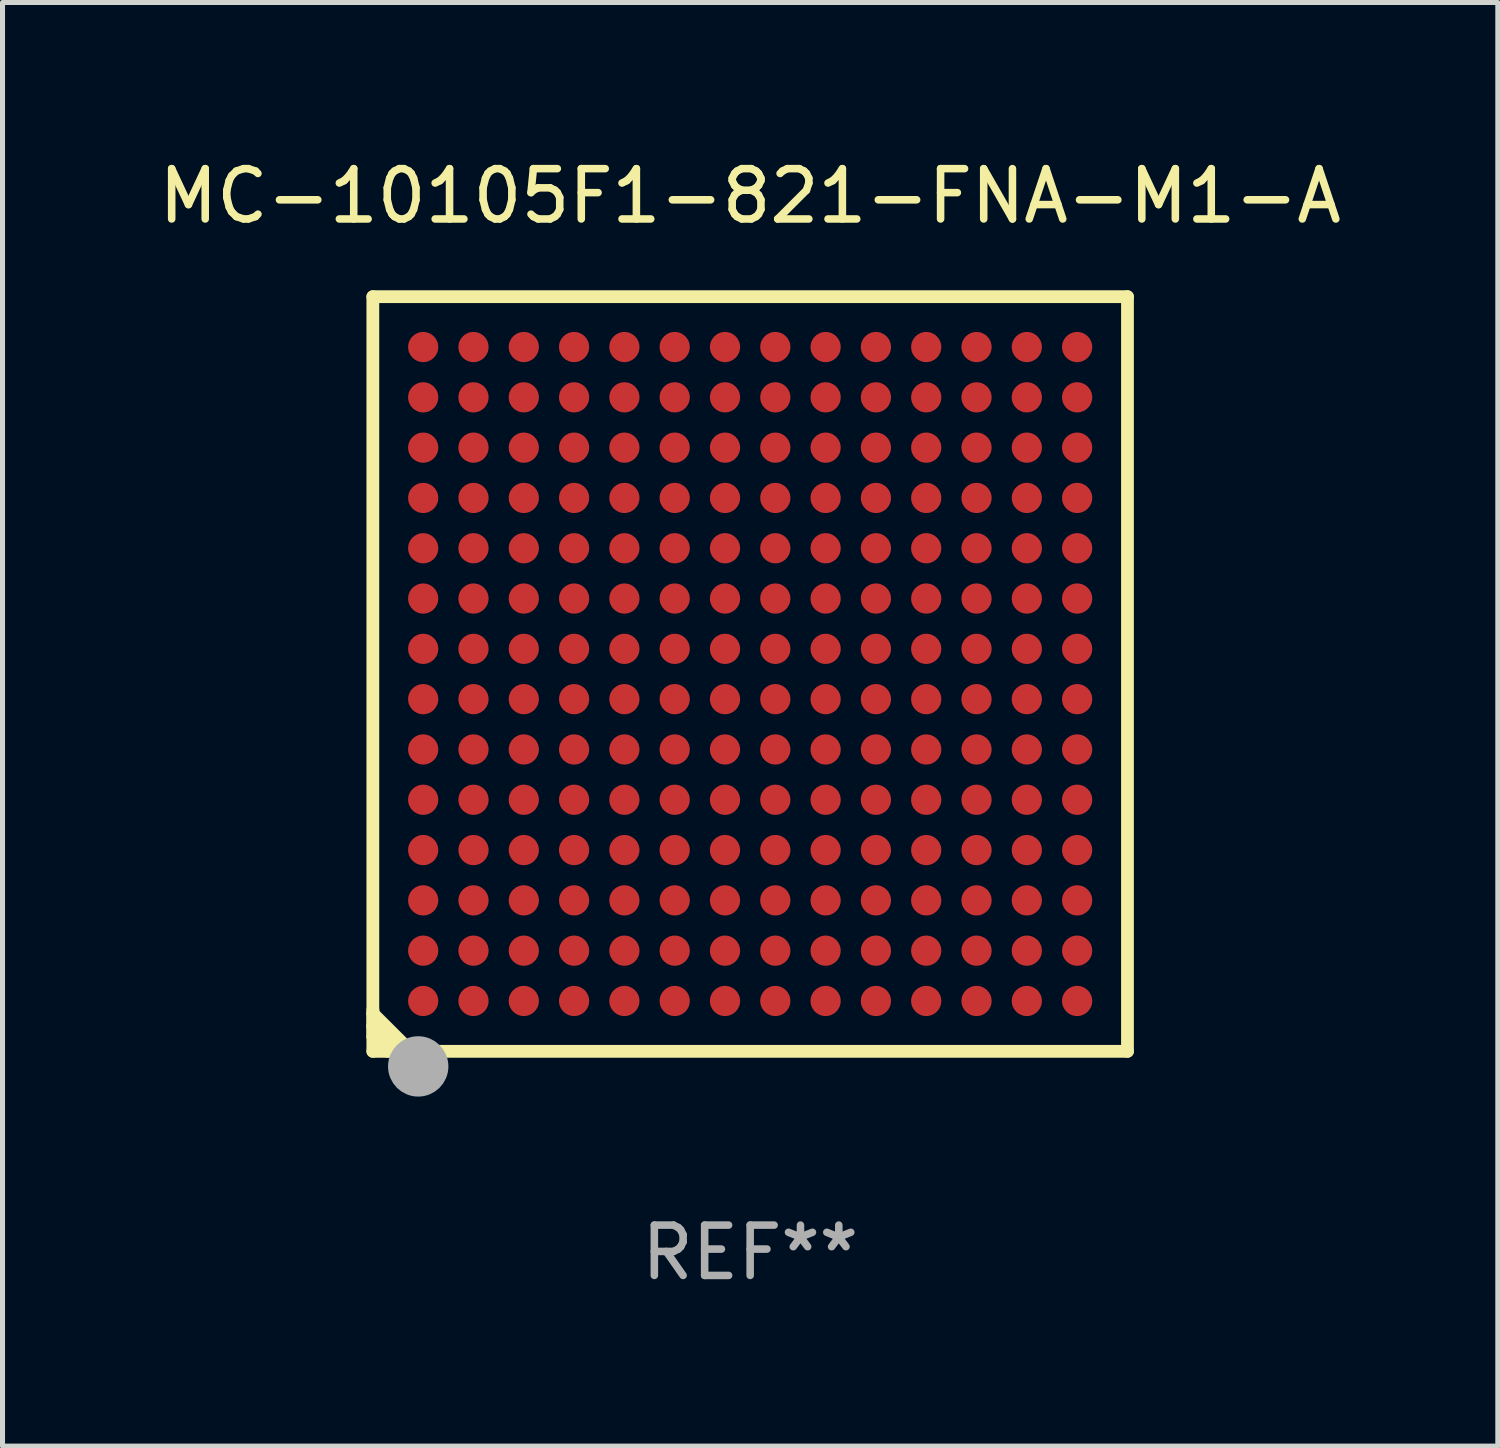
<source format=kicad_pcb>
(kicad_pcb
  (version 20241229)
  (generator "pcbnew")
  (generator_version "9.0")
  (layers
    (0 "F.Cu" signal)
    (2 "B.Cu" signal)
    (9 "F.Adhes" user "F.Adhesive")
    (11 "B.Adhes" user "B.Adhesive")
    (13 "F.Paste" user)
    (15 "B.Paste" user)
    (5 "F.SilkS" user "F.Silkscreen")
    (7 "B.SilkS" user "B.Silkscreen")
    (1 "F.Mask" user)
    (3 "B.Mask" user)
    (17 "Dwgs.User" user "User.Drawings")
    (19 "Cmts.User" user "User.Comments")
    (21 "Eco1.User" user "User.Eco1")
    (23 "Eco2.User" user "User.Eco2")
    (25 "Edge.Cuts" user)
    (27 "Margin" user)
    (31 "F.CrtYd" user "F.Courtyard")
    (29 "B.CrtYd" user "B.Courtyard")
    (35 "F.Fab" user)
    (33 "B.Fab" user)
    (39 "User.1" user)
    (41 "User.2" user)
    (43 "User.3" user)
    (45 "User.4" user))
  (footprint "MC-10105F1-821-FNA-M1-A"
    (layer "F.Cu")
    (at 11.863 10.349)
    (property "Reference" "MC-10105F1-821-FNA-M1-A" (at 0 -9.501 0) (layer "F.SilkS") (effects (font (size 1 1) (thickness 0.15))))
    (attr through_hole)
    (fp_line (start -7.501 -7.501) (end 7.501 -7.501) (stroke (width 0.254) (type solid)) (layer "F.SilkS"))
    (fp_line (start -7.501 7.501) (end -7.501 -7.501) (stroke (width 0.254) (type solid)) (layer "F.SilkS"))
    (fp_line (start -7.5 6.677) (end -7.5 6.748) (stroke (width 0.254) (type solid)) (layer "F.SilkS"))
    (fp_line (start -7.5 6.748) (end -6.748 7.5) (stroke (width 0.254) (type solid)) (layer "F.SilkS"))
    (fp_line (start -7.5 6.772) (end -7.5 7.002) (stroke (width 0.254) (type solid)) (layer "F.SilkS"))
    (fp_line (start -7.5 7) (end -7.5 7.209) (stroke (width 0.254) (type solid)) (layer "F.SilkS"))
    (fp_line (start -7.5 7.002) (end -7.002 7.5) (stroke (width 0.254) (type solid)) (layer "F.SilkS"))
    (fp_line (start -7.5 7.209) (end -7.209 7.5) (stroke (width 0.254) (type solid)) (layer "F.SilkS"))
    (fp_line (start 7.501 -7.501) (end 7.501 7.501) (stroke (width 0.254) (type solid)) (layer "F.SilkS"))
    (fp_line (start 7.501 7.501) (end -7.501 7.501) (stroke (width 0.254) (type solid)) (layer "F.SilkS"))
    (fp_circle (center -7.45 7.45) (end -7.4 7.45) (stroke (width 0.1) (type solid)) (fill no) (layer "F.SilkS"))
    (fp_circle (center -6.6 8) (end -6.473 8) (stroke (width 0.254) (type solid)) (fill no) (layer "F.SilkS"))
    (fp_circle (center -6.599 7.801) (end -6.299 7.801) (stroke (width 0.6) (type solid)) (fill no) (layer "F.Fab"))
    (fp_text user "REF**" (at 0 11.501 0) (layer "F.Fab") (effects (font (size 1 1) (thickness 0.15))))
    (pad "A1" smd circle (at -6.5 6.5) (size 0.6 0.6) (layers "F.Cu" "F.Mask" "F.Paste"))
    (pad "A2" smd circle (at -6.5 5.5) (size 0.6 0.6) (layers "F.Cu" "F.Mask" "F.Paste"))
    (pad "A3" smd circle (at -6.5 4.5) (size 0.6 0.6) (layers "F.Cu" "F.Mask" "F.Paste"))
    (pad "A4" smd circle (at -6.5 3.5) (size 0.6 0.6) (layers "F.Cu" "F.Mask" "F.Paste"))
    (pad "A5" smd circle (at -6.5 2.5) (size 0.6 0.6) (layers "F.Cu" "F.Mask" "F.Paste"))
    (pad "A6" smd circle (at -6.5 1.5) (size 0.6 0.6) (layers "F.Cu" "F.Mask" "F.Paste"))
    (pad "A7" smd circle (at -6.5 0.5) (size 0.6 0.6) (layers "F.Cu" "F.Mask" "F.Paste"))
    (pad "A8" smd circle (at -6.5 -0.5) (size 0.6 0.6) (layers "F.Cu" "F.Mask" "F.Paste"))
    (pad "A9" smd circle (at -6.5 -1.5) (size 0.6 0.6) (layers "F.Cu" "F.Mask" "F.Paste"))
    (pad "A10" smd circle (at -6.5 -2.5) (size 0.6 0.6) (layers "F.Cu" "F.Mask" "F.Paste"))
    (pad "A11" smd circle (at -6.5 -3.5) (size 0.6 0.6) (layers "F.Cu" "F.Mask" "F.Paste"))
    (pad "A12" smd circle (at -6.5 -4.5) (size 0.6 0.6) (layers "F.Cu" "F.Mask" "F.Paste"))
    (pad "A13" smd circle (at -6.5 -5.5) (size 0.6 0.6) (layers "F.Cu" "F.Mask" "F.Paste"))
    (pad "A14" smd circle (at -6.5 -6.5) (size 0.6 0.6) (layers "F.Cu" "F.Mask" "F.Paste"))
    (pad "B1" smd circle (at -5.5 6.5) (size 0.6 0.6) (layers "F.Cu" "F.Mask" "F.Paste"))
    (pad "B2" smd circle (at -5.5 5.5) (size 0.6 0.6) (layers "F.Cu" "F.Mask" "F.Paste"))
    (pad "B3" smd circle (at -5.5 4.5) (size 0.6 0.6) (layers "F.Cu" "F.Mask" "F.Paste"))
    (pad "B4" smd circle (at -5.5 3.5) (size 0.6 0.6) (layers "F.Cu" "F.Mask" "F.Paste"))
    (pad "B5" smd circle (at -5.5 2.5) (size 0.6 0.6) (layers "F.Cu" "F.Mask" "F.Paste"))
    (pad "B6" smd circle (at -5.5 1.5) (size 0.6 0.6) (layers "F.Cu" "F.Mask" "F.Paste"))
    (pad "B7" smd circle (at -5.5 0.5) (size 0.6 0.6) (layers "F.Cu" "F.Mask" "F.Paste"))
    (pad "B8" smd circle (at -5.5 -0.5) (size 0.6 0.6) (layers "F.Cu" "F.Mask" "F.Paste"))
    (pad "B9" smd circle (at -5.5 -1.5) (size 0.6 0.6) (layers "F.Cu" "F.Mask" "F.Paste"))
    (pad "B10" smd circle (at -5.5 -2.5) (size 0.6 0.6) (layers "F.Cu" "F.Mask" "F.Paste"))
    (pad "B11" smd circle (at -5.5 -3.5) (size 0.6 0.6) (layers "F.Cu" "F.Mask" "F.Paste"))
    (pad "B12" smd circle (at -5.5 -4.5) (size 0.6 0.6) (layers "F.Cu" "F.Mask" "F.Paste"))
    (pad "B13" smd circle (at -5.5 -5.5) (size 0.6 0.6) (layers "F.Cu" "F.Mask" "F.Paste"))
    (pad "B14" smd circle (at -5.5 -6.5) (size 0.6 0.6) (layers "F.Cu" "F.Mask" "F.Paste"))
    (pad "C1" smd circle (at -4.5 6.5) (size 0.6 0.6) (layers "F.Cu" "F.Mask" "F.Paste"))
    (pad "C2" smd circle (at -4.5 5.5) (size 0.6 0.6) (layers "F.Cu" "F.Mask" "F.Paste"))
    (pad "C3" smd circle (at -4.5 4.5) (size 0.6 0.6) (layers "F.Cu" "F.Mask" "F.Paste"))
    (pad "C4" smd circle (at -4.5 3.5) (size 0.6 0.6) (layers "F.Cu" "F.Mask" "F.Paste"))
    (pad "C5" smd circle (at -4.5 2.5) (size 0.6 0.6) (layers "F.Cu" "F.Mask" "F.Paste"))
    (pad "C6" smd circle (at -4.5 1.5) (size 0.6 0.6) (layers "F.Cu" "F.Mask" "F.Paste"))
    (pad "C7" smd circle (at -4.5 0.5) (size 0.6 0.6) (layers "F.Cu" "F.Mask" "F.Paste"))
    (pad "C8" smd circle (at -4.5 -0.5) (size 0.6 0.6) (layers "F.Cu" "F.Mask" "F.Paste"))
    (pad "C9" smd circle (at -4.5 -1.5) (size 0.6 0.6) (layers "F.Cu" "F.Mask" "F.Paste"))
    (pad "C10" smd circle (at -4.5 -2.5) (size 0.6 0.6) (layers "F.Cu" "F.Mask" "F.Paste"))
    (pad "C11" smd circle (at -4.5 -3.5) (size 0.6 0.6) (layers "F.Cu" "F.Mask" "F.Paste"))
    (pad "C12" smd circle (at -4.5 -4.5) (size 0.6 0.6) (layers "F.Cu" "F.Mask" "F.Paste"))
    (pad "C13" smd circle (at -4.5 -5.5) (size 0.6 0.6) (layers "F.Cu" "F.Mask" "F.Paste"))
    (pad "C14" smd circle (at -4.5 -6.5) (size 0.6 0.6) (layers "F.Cu" "F.Mask" "F.Paste"))
    (pad "D1" smd circle (at -3.5 6.5) (size 0.6 0.6) (layers "F.Cu" "F.Mask" "F.Paste"))
    (pad "D2" smd circle (at -3.5 5.5) (size 0.6 0.6) (layers "F.Cu" "F.Mask" "F.Paste"))
    (pad "D3" smd circle (at -3.5 4.5) (size 0.6 0.6) (layers "F.Cu" "F.Mask" "F.Paste"))
    (pad "D4" smd circle (at -3.5 3.5) (size 0.6 0.6) (layers "F.Cu" "F.Mask" "F.Paste"))
    (pad "D5" smd circle (at -3.5 2.5) (size 0.6 0.6) (layers "F.Cu" "F.Mask" "F.Paste"))
    (pad "D6" smd circle (at -3.5 1.5) (size 0.6 0.6) (layers "F.Cu" "F.Mask" "F.Paste"))
    (pad "D7" smd circle (at -3.5 0.5) (size 0.6 0.6) (layers "F.Cu" "F.Mask" "F.Paste"))
    (pad "D8" smd circle (at -3.5 -0.5) (size 0.6 0.6) (layers "F.Cu" "F.Mask" "F.Paste"))
    (pad "D9" smd circle (at -3.5 -1.5) (size 0.6 0.6) (layers "F.Cu" "F.Mask" "F.Paste"))
    (pad "D10" smd circle (at -3.5 -2.5) (size 0.6 0.6) (layers "F.Cu" "F.Mask" "F.Paste"))
    (pad "D11" smd circle (at -3.5 -3.5) (size 0.6 0.6) (layers "F.Cu" "F.Mask" "F.Paste"))
    (pad "D12" smd circle (at -3.5 -4.5) (size 0.6 0.6) (layers "F.Cu" "F.Mask" "F.Paste"))
    (pad "D13" smd circle (at -3.5 -5.5) (size 0.6 0.6) (layers "F.Cu" "F.Mask" "F.Paste"))
    (pad "D14" smd circle (at -3.5 -6.5) (size 0.6 0.6) (layers "F.Cu" "F.Mask" "F.Paste"))
    (pad "E1" smd circle (at -2.5 6.5) (size 0.6 0.6) (layers "F.Cu" "F.Mask" "F.Paste"))
    (pad "E2" smd circle (at -2.5 5.5) (size 0.6 0.6) (layers "F.Cu" "F.Mask" "F.Paste"))
    (pad "E3" smd circle (at -2.5 4.5) (size 0.6 0.6) (layers "F.Cu" "F.Mask" "F.Paste"))
    (pad "E4" smd circle (at -2.5 3.5) (size 0.6 0.6) (layers "F.Cu" "F.Mask" "F.Paste"))
    (pad "E5" smd circle (at -2.5 2.5) (size 0.6 0.6) (layers "F.Cu" "F.Mask" "F.Paste"))
    (pad "E6" smd circle (at -2.5 1.5) (size 0.6 0.6) (layers "F.Cu" "F.Mask" "F.Paste"))
    (pad "E7" smd circle (at -2.5 0.5) (size 0.6 0.6) (layers "F.Cu" "F.Mask" "F.Paste"))
    (pad "E8" smd circle (at -2.5 -0.5) (size 0.6 0.6) (layers "F.Cu" "F.Mask" "F.Paste"))
    (pad "E9" smd circle (at -2.5 -1.5) (size 0.6 0.6) (layers "F.Cu" "F.Mask" "F.Paste"))
    (pad "E10" smd circle (at -2.5 -2.5) (size 0.6 0.6) (layers "F.Cu" "F.Mask" "F.Paste"))
    (pad "E11" smd circle (at -2.5 -3.5) (size 0.6 0.6) (layers "F.Cu" "F.Mask" "F.Paste"))
    (pad "E12" smd circle (at -2.5 -4.5) (size 0.6 0.6) (layers "F.Cu" "F.Mask" "F.Paste"))
    (pad "E13" smd circle (at -2.5 -5.5) (size 0.6 0.6) (layers "F.Cu" "F.Mask" "F.Paste"))
    (pad "E14" smd circle (at -2.5 -6.5) (size 0.6 0.6) (layers "F.Cu" "F.Mask" "F.Paste"))
    (pad "F1" smd circle (at -1.5 6.5) (size 0.6 0.6) (layers "F.Cu" "F.Mask" "F.Paste"))
    (pad "F2" smd circle (at -1.5 5.5) (size 0.6 0.6) (layers "F.Cu" "F.Mask" "F.Paste"))
    (pad "F3" smd circle (at -1.5 4.5) (size 0.6 0.6) (layers "F.Cu" "F.Mask" "F.Paste"))
    (pad "F4" smd circle (at -1.5 3.5) (size 0.6 0.6) (layers "F.Cu" "F.Mask" "F.Paste"))
    (pad "F5" smd circle (at -1.5 2.5) (size 0.6 0.6) (layers "F.Cu" "F.Mask" "F.Paste"))
    (pad "F6" smd circle (at -1.5 1.5) (size 0.6 0.6) (layers "F.Cu" "F.Mask" "F.Paste"))
    (pad "F7" smd circle (at -1.5 0.5) (size 0.6 0.6) (layers "F.Cu" "F.Mask" "F.Paste"))
    (pad "F8" smd circle (at -1.5 -0.5) (size 0.6 0.6) (layers "F.Cu" "F.Mask" "F.Paste"))
    (pad "F9" smd circle (at -1.5 -1.5) (size 0.6 0.6) (layers "F.Cu" "F.Mask" "F.Paste"))
    (pad "F10" smd circle (at -1.5 -2.5) (size 0.6 0.6) (layers "F.Cu" "F.Mask" "F.Paste"))
    (pad "F11" smd circle (at -1.5 -3.5) (size 0.6 0.6) (layers "F.Cu" "F.Mask" "F.Paste"))
    (pad "F12" smd circle (at -1.5 -4.5) (size 0.6 0.6) (layers "F.Cu" "F.Mask" "F.Paste"))
    (pad "F13" smd circle (at -1.5 -5.5) (size 0.6 0.6) (layers "F.Cu" "F.Mask" "F.Paste"))
    (pad "F14" smd circle (at -1.5 -6.5) (size 0.6 0.6) (layers "F.Cu" "F.Mask" "F.Paste"))
    (pad "G1" smd circle (at -0.5 6.5) (size 0.6 0.6) (layers "F.Cu" "F.Mask" "F.Paste"))
    (pad "G2" smd circle (at -0.5 5.5) (size 0.6 0.6) (layers "F.Cu" "F.Mask" "F.Paste"))
    (pad "G3" smd circle (at -0.5 4.5) (size 0.6 0.6) (layers "F.Cu" "F.Mask" "F.Paste"))
    (pad "G4" smd circle (at -0.5 3.5) (size 0.6 0.6) (layers "F.Cu" "F.Mask" "F.Paste"))
    (pad "G5" smd circle (at -0.5 2.5) (size 0.6 0.6) (layers "F.Cu" "F.Mask" "F.Paste"))
    (pad "G6" smd circle (at -0.5 1.5) (size 0.6 0.6) (layers "F.Cu" "F.Mask" "F.Paste"))
    (pad "G7" smd circle (at -0.5 0.5) (size 0.6 0.6) (layers "F.Cu" "F.Mask" "F.Paste"))
    (pad "G8" smd circle (at -0.5 -0.5) (size 0.6 0.6) (layers "F.Cu" "F.Mask" "F.Paste"))
    (pad "G9" smd circle (at -0.5 -1.5) (size 0.6 0.6) (layers "F.Cu" "F.Mask" "F.Paste"))
    (pad "G10" smd circle (at -0.5 -2.5) (size 0.6 0.6) (layers "F.Cu" "F.Mask" "F.Paste"))
    (pad "G11" smd circle (at -0.5 -3.5) (size 0.6 0.6) (layers "F.Cu" "F.Mask" "F.Paste"))
    (pad "G12" smd circle (at -0.5 -4.5) (size 0.6 0.6) (layers "F.Cu" "F.Mask" "F.Paste"))
    (pad "G13" smd circle (at -0.5 -5.5) (size 0.6 0.6) (layers "F.Cu" "F.Mask" "F.Paste"))
    (pad "G14" smd circle (at -0.5 -6.5) (size 0.6 0.6) (layers "F.Cu" "F.Mask" "F.Paste"))
    (pad "H1" smd circle (at 0.5 6.5) (size 0.6 0.6) (layers "F.Cu" "F.Mask" "F.Paste"))
    (pad "H2" smd circle (at 0.5 5.5) (size 0.6 0.6) (layers "F.Cu" "F.Mask" "F.Paste"))
    (pad "H3" smd circle (at 0.5 4.5) (size 0.6 0.6) (layers "F.Cu" "F.Mask" "F.Paste"))
    (pad "H4" smd circle (at 0.5 3.5) (size 0.6 0.6) (layers "F.Cu" "F.Mask" "F.Paste"))
    (pad "H5" smd circle (at 0.5 2.5) (size 0.6 0.6) (layers "F.Cu" "F.Mask" "F.Paste"))
    (pad "H6" smd circle (at 0.5 1.5) (size 0.6 0.6) (layers "F.Cu" "F.Mask" "F.Paste"))
    (pad "H7" smd circle (at 0.5 0.5) (size 0.6 0.6) (layers "F.Cu" "F.Mask" "F.Paste"))
    (pad "H8" smd circle (at 0.5 -0.5) (size 0.6 0.6) (layers "F.Cu" "F.Mask" "F.Paste"))
    (pad "H9" smd circle (at 0.5 -1.5) (size 0.6 0.6) (layers "F.Cu" "F.Mask" "F.Paste"))
    (pad "H10" smd circle (at 0.5 -2.5) (size 0.6 0.6) (layers "F.Cu" "F.Mask" "F.Paste"))
    (pad "H11" smd circle (at 0.5 -3.5) (size 0.6 0.6) (layers "F.Cu" "F.Mask" "F.Paste"))
    (pad "H12" smd circle (at 0.5 -4.5) (size 0.6 0.6) (layers "F.Cu" "F.Mask" "F.Paste"))
    (pad "H13" smd circle (at 0.5 -5.5) (size 0.6 0.6) (layers "F.Cu" "F.Mask" "F.Paste"))
    (pad "H14" smd circle (at 0.5 -6.5) (size 0.6 0.6) (layers "F.Cu" "F.Mask" "F.Paste"))
    (pad "J1" smd circle (at 1.5 6.5) (size 0.6 0.6) (layers "F.Cu" "F.Mask" "F.Paste"))
    (pad "J2" smd circle (at 1.5 5.5) (size 0.6 0.6) (layers "F.Cu" "F.Mask" "F.Paste"))
    (pad "J3" smd circle (at 1.5 4.5) (size 0.6 0.6) (layers "F.Cu" "F.Mask" "F.Paste"))
    (pad "J4" smd circle (at 1.5 3.5) (size 0.6 0.6) (layers "F.Cu" "F.Mask" "F.Paste"))
    (pad "J5" smd circle (at 1.5 2.5) (size 0.6 0.6) (layers "F.Cu" "F.Mask" "F.Paste"))
    (pad "J6" smd circle (at 1.5 1.5) (size 0.6 0.6) (layers "F.Cu" "F.Mask" "F.Paste"))
    (pad "J7" smd circle (at 1.5 0.5) (size 0.6 0.6) (layers "F.Cu" "F.Mask" "F.Paste"))
    (pad "J8" smd circle (at 1.5 -0.5) (size 0.6 0.6) (layers "F.Cu" "F.Mask" "F.Paste"))
    (pad "J9" smd circle (at 1.5 -1.5) (size 0.6 0.6) (layers "F.Cu" "F.Mask" "F.Paste"))
    (pad "J10" smd circle (at 1.5 -2.5) (size 0.6 0.6) (layers "F.Cu" "F.Mask" "F.Paste"))
    (pad "J11" smd circle (at 1.5 -3.5) (size 0.6 0.6) (layers "F.Cu" "F.Mask" "F.Paste"))
    (pad "J12" smd circle (at 1.5 -4.5) (size 0.6 0.6) (layers "F.Cu" "F.Mask" "F.Paste"))
    (pad "J13" smd circle (at 1.5 -5.5) (size 0.6 0.6) (layers "F.Cu" "F.Mask" "F.Paste"))
    (pad "J14" smd circle (at 1.5 -6.5) (size 0.6 0.6) (layers "F.Cu" "F.Mask" "F.Paste"))
    (pad "K1" smd circle (at 2.5 6.5) (size 0.6 0.6) (layers "F.Cu" "F.Mask" "F.Paste"))
    (pad "K2" smd circle (at 2.5 5.5) (size 0.6 0.6) (layers "F.Cu" "F.Mask" "F.Paste"))
    (pad "K3" smd circle (at 2.5 4.5) (size 0.6 0.6) (layers "F.Cu" "F.Mask" "F.Paste"))
    (pad "K4" smd circle (at 2.5 3.5) (size 0.6 0.6) (layers "F.Cu" "F.Mask" "F.Paste"))
    (pad "K5" smd circle (at 2.5 2.5) (size 0.6 0.6) (layers "F.Cu" "F.Mask" "F.Paste"))
    (pad "K6" smd circle (at 2.5 1.5) (size 0.6 0.6) (layers "F.Cu" "F.Mask" "F.Paste"))
    (pad "K7" smd circle (at 2.5 0.5) (size 0.6 0.6) (layers "F.Cu" "F.Mask" "F.Paste"))
    (pad "K8" smd circle (at 2.5 -0.5) (size 0.6 0.6) (layers "F.Cu" "F.Mask" "F.Paste"))
    (pad "K9" smd circle (at 2.5 -1.5) (size 0.6 0.6) (layers "F.Cu" "F.Mask" "F.Paste"))
    (pad "K10" smd circle (at 2.5 -2.5) (size 0.6 0.6) (layers "F.Cu" "F.Mask" "F.Paste"))
    (pad "K11" smd circle (at 2.5 -3.5) (size 0.6 0.6) (layers "F.Cu" "F.Mask" "F.Paste"))
    (pad "K12" smd circle (at 2.5 -4.5) (size 0.6 0.6) (layers "F.Cu" "F.Mask" "F.Paste"))
    (pad "K13" smd circle (at 2.5 -5.5) (size 0.6 0.6) (layers "F.Cu" "F.Mask" "F.Paste"))
    (pad "K14" smd circle (at 2.5 -6.5) (size 0.6 0.6) (layers "F.Cu" "F.Mask" "F.Paste"))
    (pad "L1" smd circle (at 3.5 6.5) (size 0.6 0.6) (layers "F.Cu" "F.Mask" "F.Paste"))
    (pad "L2" smd circle (at 3.5 5.5) (size 0.6 0.6) (layers "F.Cu" "F.Mask" "F.Paste"))
    (pad "L3" smd circle (at 3.5 4.5) (size 0.6 0.6) (layers "F.Cu" "F.Mask" "F.Paste"))
    (pad "L4" smd circle (at 3.5 3.5) (size 0.6 0.6) (layers "F.Cu" "F.Mask" "F.Paste"))
    (pad "L5" smd circle (at 3.5 2.5) (size 0.6 0.6) (layers "F.Cu" "F.Mask" "F.Paste"))
    (pad "L6" smd circle (at 3.5 1.5) (size 0.6 0.6) (layers "F.Cu" "F.Mask" "F.Paste"))
    (pad "L7" smd circle (at 3.5 0.5) (size 0.6 0.6) (layers "F.Cu" "F.Mask" "F.Paste"))
    (pad "L8" smd circle (at 3.5 -0.5) (size 0.6 0.6) (layers "F.Cu" "F.Mask" "F.Paste"))
    (pad "L9" smd circle (at 3.5 -1.5) (size 0.6 0.6) (layers "F.Cu" "F.Mask" "F.Paste"))
    (pad "L10" smd circle (at 3.5 -2.5) (size 0.6 0.6) (layers "F.Cu" "F.Mask" "F.Paste"))
    (pad "L11" smd circle (at 3.5 -3.5) (size 0.6 0.6) (layers "F.Cu" "F.Mask" "F.Paste"))
    (pad "L12" smd circle (at 3.5 -4.5) (size 0.6 0.6) (layers "F.Cu" "F.Mask" "F.Paste"))
    (pad "L13" smd circle (at 3.5 -5.5) (size 0.6 0.6) (layers "F.Cu" "F.Mask" "F.Paste"))
    (pad "L14" smd circle (at 3.5 -6.5) (size 0.6 0.6) (layers "F.Cu" "F.Mask" "F.Paste"))
    (pad "M1" smd circle (at 4.5 6.5) (size 0.6 0.6) (layers "F.Cu" "F.Mask" "F.Paste"))
    (pad "M2" smd circle (at 4.5 5.5) (size 0.6 0.6) (layers "F.Cu" "F.Mask" "F.Paste"))
    (pad "M3" smd circle (at 4.5 4.5) (size 0.6 0.6) (layers "F.Cu" "F.Mask" "F.Paste"))
    (pad "M4" smd circle (at 4.5 3.5) (size 0.6 0.6) (layers "F.Cu" "F.Mask" "F.Paste"))
    (pad "M5" smd circle (at 4.5 2.5) (size 0.6 0.6) (layers "F.Cu" "F.Mask" "F.Paste"))
    (pad "M6" smd circle (at 4.5 1.5) (size 0.6 0.6) (layers "F.Cu" "F.Mask" "F.Paste"))
    (pad "M7" smd circle (at 4.5 0.5) (size 0.6 0.6) (layers "F.Cu" "F.Mask" "F.Paste"))
    (pad "M8" smd circle (at 4.5 -0.5) (size 0.6 0.6) (layers "F.Cu" "F.Mask" "F.Paste"))
    (pad "M9" smd circle (at 4.5 -1.5) (size 0.6 0.6) (layers "F.Cu" "F.Mask" "F.Paste"))
    (pad "M10" smd circle (at 4.5 -2.5) (size 0.6 0.6) (layers "F.Cu" "F.Mask" "F.Paste"))
    (pad "M11" smd circle (at 4.5 -3.5) (size 0.6 0.6) (layers "F.Cu" "F.Mask" "F.Paste"))
    (pad "M12" smd circle (at 4.5 -4.5) (size 0.6 0.6) (layers "F.Cu" "F.Mask" "F.Paste"))
    (pad "M13" smd circle (at 4.5 -5.5) (size 0.6 0.6) (layers "F.Cu" "F.Mask" "F.Paste"))
    (pad "M14" smd circle (at 4.5 -6.5) (size 0.6 0.6) (layers "F.Cu" "F.Mask" "F.Paste"))
    (pad "N1" smd circle (at 5.5 6.5) (size 0.6 0.6) (layers "F.Cu" "F.Mask" "F.Paste"))
    (pad "N2" smd circle (at 5.5 5.5) (size 0.6 0.6) (layers "F.Cu" "F.Mask" "F.Paste"))
    (pad "N3" smd circle (at 5.5 4.5) (size 0.6 0.6) (layers "F.Cu" "F.Mask" "F.Paste"))
    (pad "N4" smd circle (at 5.5 3.5) (size 0.6 0.6) (layers "F.Cu" "F.Mask" "F.Paste"))
    (pad "N5" smd circle (at 5.5 2.5) (size 0.6 0.6) (layers "F.Cu" "F.Mask" "F.Paste"))
    (pad "N6" smd circle (at 5.5 1.5) (size 0.6 0.6) (layers "F.Cu" "F.Mask" "F.Paste"))
    (pad "N7" smd circle (at 5.5 0.5) (size 0.6 0.6) (layers "F.Cu" "F.Mask" "F.Paste"))
    (pad "N8" smd circle (at 5.5 -0.5) (size 0.6 0.6) (layers "F.Cu" "F.Mask" "F.Paste"))
    (pad "N9" smd circle (at 5.5 -1.5) (size 0.6 0.6) (layers "F.Cu" "F.Mask" "F.Paste"))
    (pad "N10" smd circle (at 5.5 -2.5) (size 0.6 0.6) (layers "F.Cu" "F.Mask" "F.Paste"))
    (pad "N11" smd circle (at 5.5 -3.5) (size 0.6 0.6) (layers "F.Cu" "F.Mask" "F.Paste"))
    (pad "N12" smd circle (at 5.5 -4.5) (size 0.6 0.6) (layers "F.Cu" "F.Mask" "F.Paste"))
    (pad "N13" smd circle (at 5.5 -5.5) (size 0.6 0.6) (layers "F.Cu" "F.Mask" "F.Paste"))
    (pad "N14" smd circle (at 5.5 -6.5) (size 0.6 0.6) (layers "F.Cu" "F.Mask" "F.Paste"))
    (pad "P1" smd circle (at 6.5 6.5) (size 0.6 0.6) (layers "F.Cu" "F.Mask" "F.Paste"))
    (pad "P2" smd circle (at 6.5 5.5) (size 0.6 0.6) (layers "F.Cu" "F.Mask" "F.Paste"))
    (pad "P3" smd circle (at 6.5 4.5) (size 0.6 0.6) (layers "F.Cu" "F.Mask" "F.Paste"))
    (pad "P4" smd circle (at 6.5 3.5) (size 0.6 0.6) (layers "F.Cu" "F.Mask" "F.Paste"))
    (pad "P5" smd circle (at 6.5 2.5) (size 0.6 0.6) (layers "F.Cu" "F.Mask" "F.Paste"))
    (pad "P6" smd circle (at 6.5 1.5) (size 0.6 0.6) (layers "F.Cu" "F.Mask" "F.Paste"))
    (pad "P7" smd circle (at 6.5 0.5) (size 0.6 0.6) (layers "F.Cu" "F.Mask" "F.Paste"))
    (pad "P8" smd circle (at 6.5 -0.5) (size 0.6 0.6) (layers "F.Cu" "F.Mask" "F.Paste"))
    (pad "P9" smd circle (at 6.5 -1.5) (size 0.6 0.6) (layers "F.Cu" "F.Mask" "F.Paste"))
    (pad "P10" smd circle (at 6.5 -2.5) (size 0.6 0.6) (layers "F.Cu" "F.Mask" "F.Paste"))
    (pad "P11" smd circle (at 6.5 -3.5) (size 0.6 0.6) (layers "F.Cu" "F.Mask" "F.Paste"))
    (pad "P12" smd circle (at 6.5 -4.5) (size 0.6 0.6) (layers "F.Cu" "F.Mask" "F.Paste"))
    (pad "P13" smd circle (at 6.5 -5.5) (size 0.6 0.6) (layers "F.Cu" "F.Mask" "F.Paste"))
    (pad "P14" smd circle (at 6.5 -6.5) (size 0.6 0.6) (layers "F.Cu" "F.Mask" "F.Paste")))
  (gr_rect
    (start -3 -3)
    (end 26.726 25.698)
    (stroke (width 0.1) (type default))
    (fill no)
    (layer "Edge.Cuts")))
</source>
